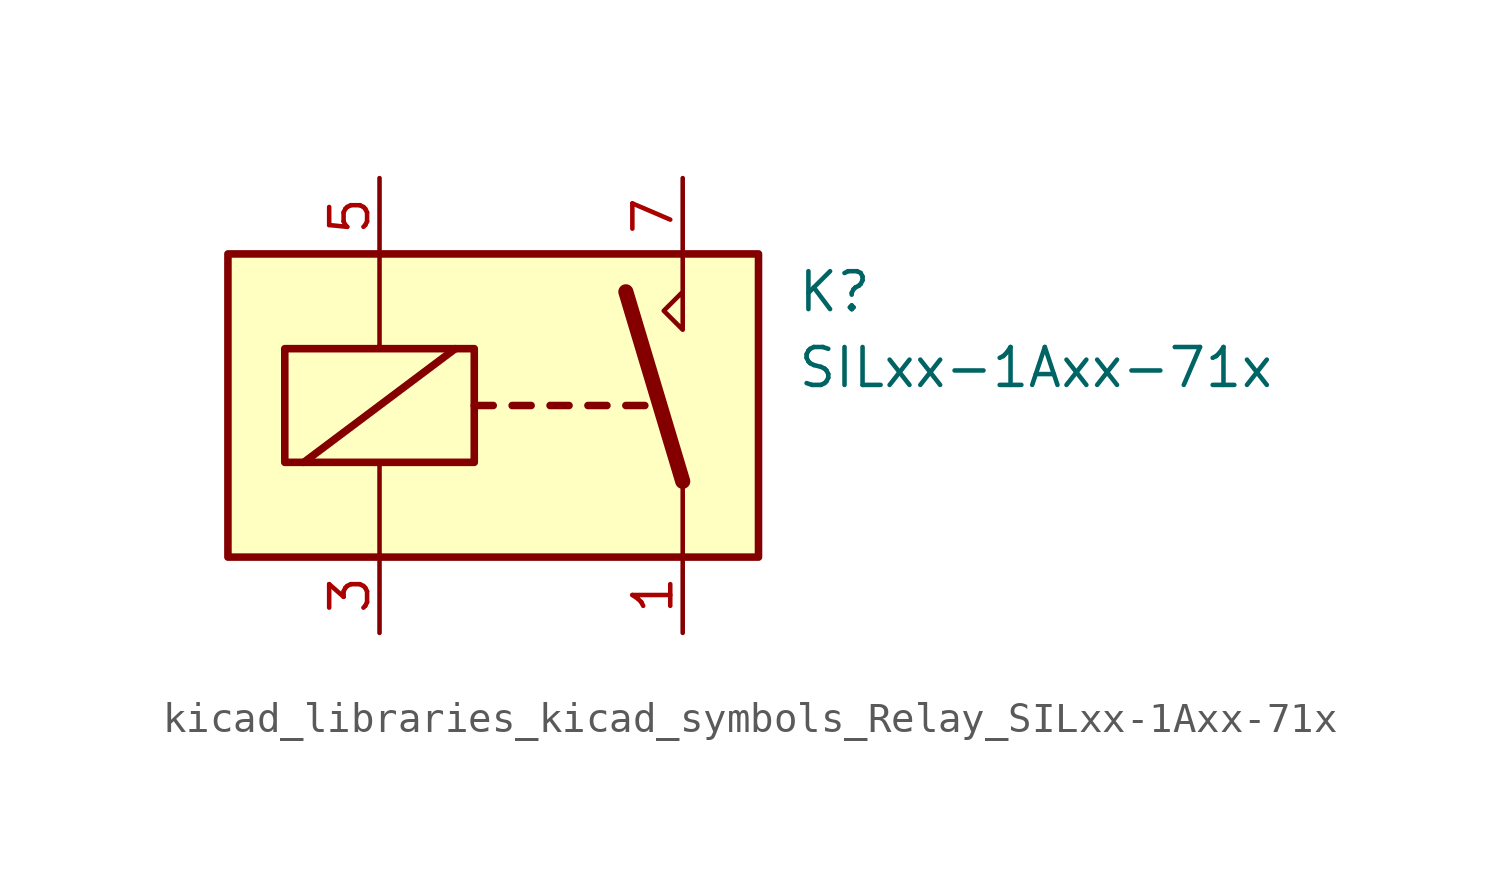
<source format=kicad_sym>
(kicad_symbol_lib
  (version 20220914)
  (generator kicad_symbol_editor)
  (symbol "kicad_libraries_kicad_symbols_Relay_SILxx-1Axx-71x"
    (property "Reference" "K"
      (at 8.89 3.81 0)
      (effects (font (size 1.27 1.27)) (justify left)))
    (property "Value" "SILxx-1Axx-71x"
      (at 8.89 1.27 0)
      (effects (font (size 1.27 1.27)) (justify left)))
    (symbol "kicad_libraries_kicad_symbols_Relay_SILxx-1Axx-71x_0_0"
      (polyline (pts (xy 5.08 5.08) (xy 5.08 2.54) (xy 4.445 3.175) (xy 5.08 3.81)) (stroke (width 0) (type default)) (fill (type none))))
    (symbol "kicad_libraries_kicad_symbols_Relay_SILxx-1Axx-71x_0_1"
      (rectangle (start -10.16 5.08) (end 7.62 -5.08) (stroke (width 0.254) (type default)) (fill (type background)))
      (rectangle (start -8.255 1.905) (end -1.905 -1.905) (stroke (width 0.254) (type default)) (fill (type none)))
      (polyline (pts (xy -7.62 -1.905) (xy -2.54 1.905)) (stroke (width 0.254) (type default)) (fill (type none)))
      (polyline (pts (xy -5.08 -5.08) (xy -5.08 -1.905)) (stroke (width 0) (type default)) (fill (type none)))
      (polyline (pts (xy -5.08 5.08) (xy -5.08 1.905)) (stroke (width 0) (type default)) (fill (type none)))
      (polyline (pts (xy -1.905 0) (xy -1.27 0)) (stroke (width 0.254) (type default)) (fill (type none)))
      (polyline (pts (xy -0.635 0) (xy 0 0)) (stroke (width 0.254) (type default)) (fill (type none)))
      (polyline (pts (xy 0.635 0) (xy 1.27 0)) (stroke (width 0.254) (type default)) (fill (type none)))
      (polyline (pts (xy 1.905 0) (xy 2.54 0)) (stroke (width 0.254) (type default)) (fill (type none)))
      (polyline (pts (xy 3.175 0) (xy 3.81 0)) (stroke (width 0.254) (type default)) (fill (type none)))
      (polyline (pts (xy 5.08 -2.54) (xy 3.175 3.81)) (stroke (width 0.508) (type default)) (fill (type none)))
      (polyline (pts (xy 5.08 -2.54) (xy 5.08 -5.08)) (stroke (width 0) (type default)) (fill (type none))))
    (symbol "kicad_libraries_kicad_symbols_Relay_SILxx-1Axx-71x_1_1"
      (pin passive line (at 5.08 -7.62 90) (length 2.54) (name "~" (effects (font (size 1.27 1.27)))) (number "1" (effects (font (size 1.27 1.27)))))
      (pin passive line (at -5.08 -7.62 90) (length 2.54) (name "~" (effects (font (size 1.27 1.27)))) (number "3" (effects (font (size 1.27 1.27)))))
      (pin passive line (at -5.08 7.62 270) (length 2.54) (name "~" (effects (font (size 1.27 1.27)))) (number "5" (effects (font (size 1.27 1.27)))))
      (pin passive line (at 5.08 7.62 270) (length 2.54) (name "~" (effects (font (size 1.27 1.27)))) (number "7" (effects (font (size 1.27 1.27))))))))
</source>
